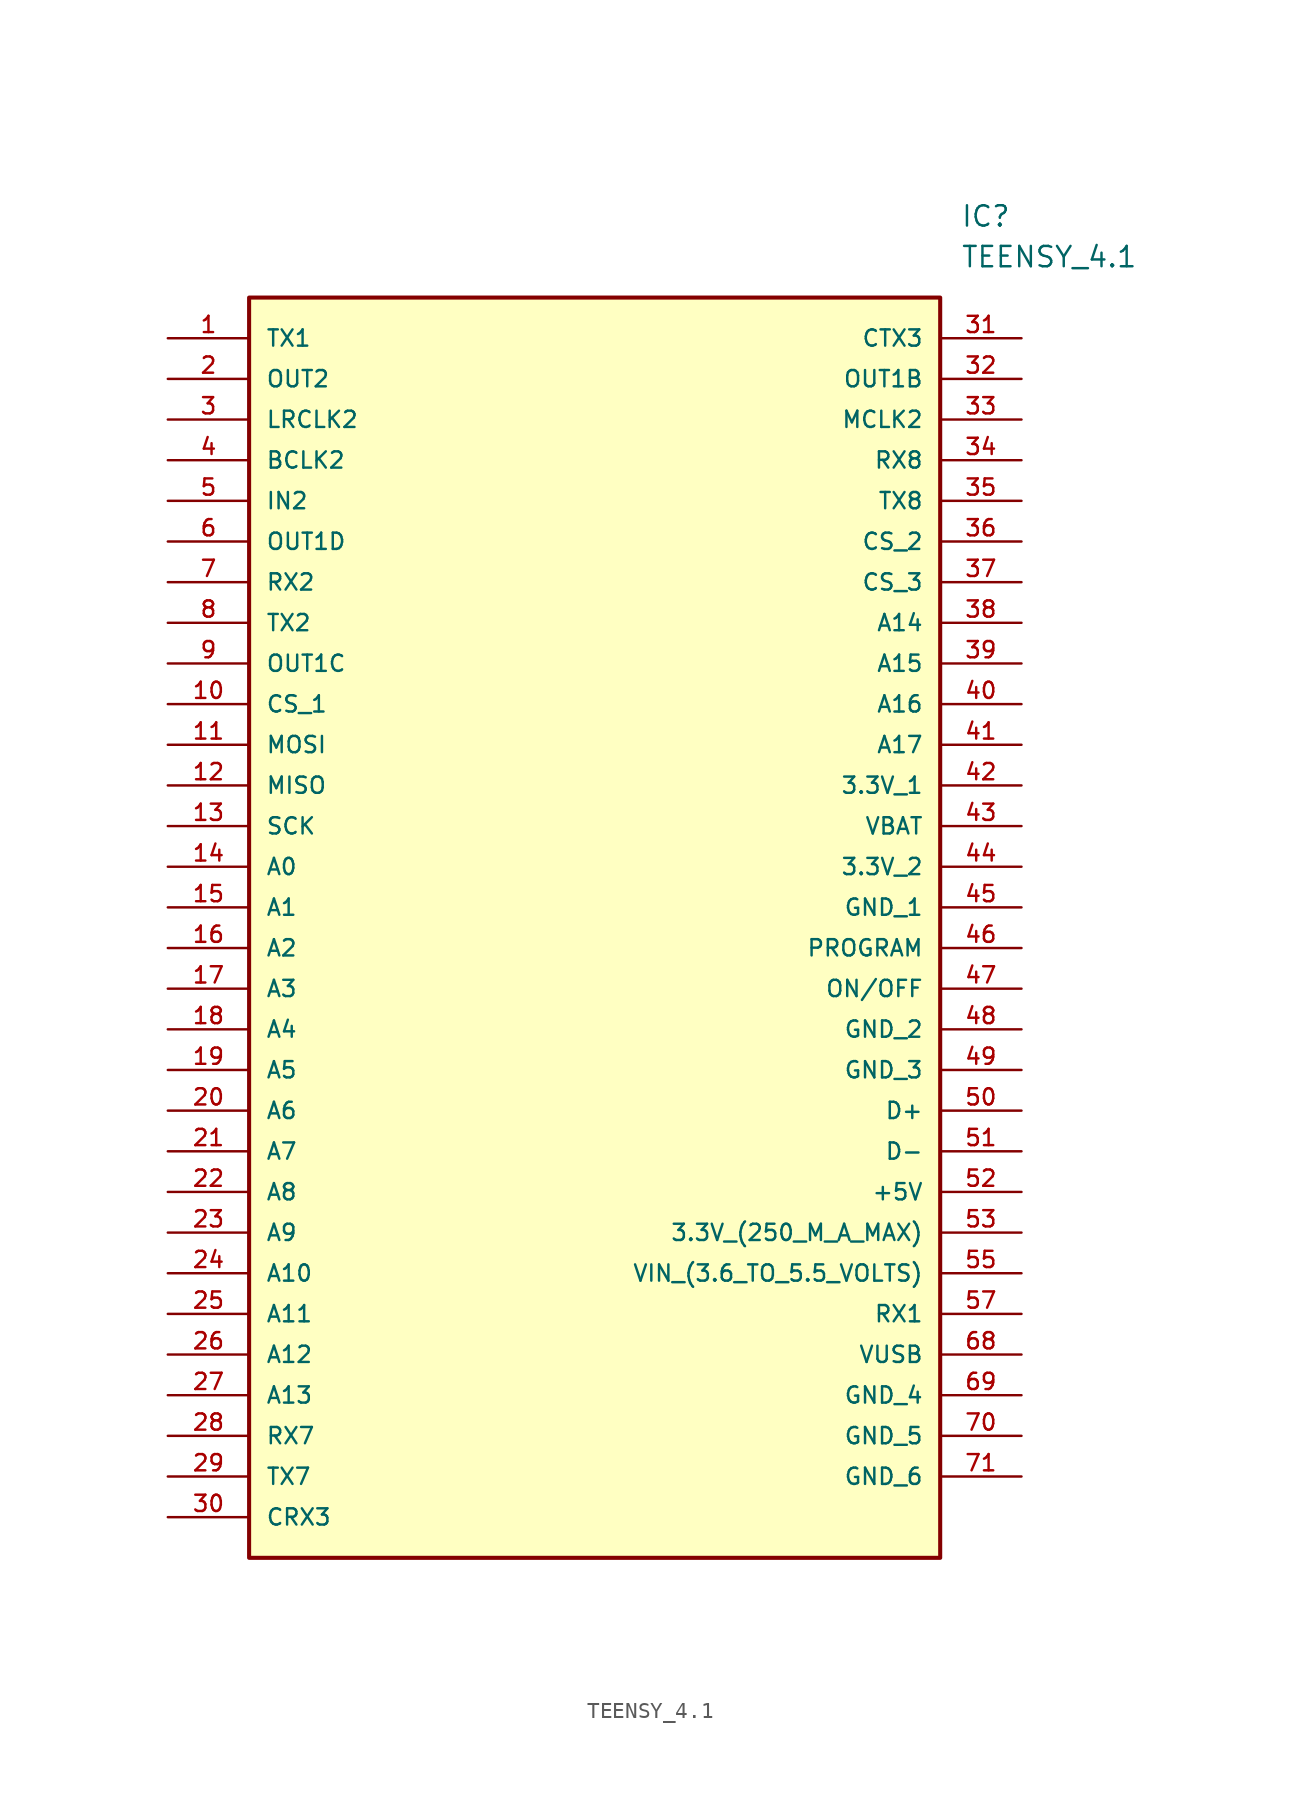
<source format=kicad_sym>
(kicad_symbol_lib
  (version 20211014)
  (generator kicad_symbol_editor)
  (symbol "TEENSY_4.1"
    (pin_names
      (offset 1.016))
    (property "Reference" "IC"
      (at 49.53 7.62 0)
      (effects (font (size 1.27 1.27)) (justify left)))
    (property "Value" "TEENSY_4.1"
      (at 49.53 5.08 0)
      (effects (font (size 1.27 1.27)) (justify left)))
    (symbol "TEENSY_4.1_0_0"
      (rectangle (start 5.08 -76.2) (end 48.26 2.54) (stroke (width 0.254)) (fill (type background)))
      (pin bidirectional line (at 0.0 0.0 0) (length 5.08) (name "TX1" (effects (font (size 1.016 1.016)))) (number "1" (effects (font (size 1.016 1.016)))))
      (pin bidirectional line (at 0.0 -2.54 0) (length 5.08) (name "OUT2" (effects (font (size 1.016 1.016)))) (number "2" (effects (font (size 1.016 1.016)))))
      (pin bidirectional line (at 0.0 -5.08 0) (length 5.08) (name "LRCLK2" (effects (font (size 1.016 1.016)))) (number "3" (effects (font (size 1.016 1.016)))))
      (pin bidirectional line (at 0.0 -7.62 0) (length 5.08) (name "BCLK2" (effects (font (size 1.016 1.016)))) (number "4" (effects (font (size 1.016 1.016)))))
      (pin bidirectional line (at 0.0 -10.16 0) (length 5.08) (name "IN2" (effects (font (size 1.016 1.016)))) (number "5" (effects (font (size 1.016 1.016)))))
      (pin bidirectional line (at 0.0 -12.7 0) (length 5.08) (name "OUT1D" (effects (font (size 1.016 1.016)))) (number "6" (effects (font (size 1.016 1.016)))))
      (pin bidirectional line (at 0.0 -15.24 0) (length 5.08) (name "RX2" (effects (font (size 1.016 1.016)))) (number "7" (effects (font (size 1.016 1.016)))))
      (pin bidirectional line (at 0.0 -17.78 0) (length 5.08) (name "TX2" (effects (font (size 1.016 1.016)))) (number "8" (effects (font (size 1.016 1.016)))))
      (pin bidirectional line (at 0.0 -20.32 0) (length 5.08) (name "OUT1C" (effects (font (size 1.016 1.016)))) (number "9" (effects (font (size 1.016 1.016)))))
      (pin bidirectional line (at 0.0 -22.86 0) (length 5.08) (name "CS_1" (effects (font (size 1.016 1.016)))) (number "10" (effects (font (size 1.016 1.016)))))
      (pin bidirectional line (at 0.0 -25.4 0) (length 5.08) (name "MOSI" (effects (font (size 1.016 1.016)))) (number "11" (effects (font (size 1.016 1.016)))))
      (pin bidirectional line (at 0.0 -27.94 0) (length 5.08) (name "MISO" (effects (font (size 1.016 1.016)))) (number "12" (effects (font (size 1.016 1.016)))))
      (pin bidirectional line (at 0.0 -30.48 0) (length 5.08) (name "SCK" (effects (font (size 1.016 1.016)))) (number "13" (effects (font (size 1.016 1.016)))))
      (pin bidirectional line (at 0.0 -33.02 0) (length 5.08) (name "A0" (effects (font (size 1.016 1.016)))) (number "14" (effects (font (size 1.016 1.016)))))
      (pin bidirectional line (at 0.0 -35.56 0) (length 5.08) (name "A1" (effects (font (size 1.016 1.016)))) (number "15" (effects (font (size 1.016 1.016)))))
      (pin bidirectional line (at 0.0 -38.1 0) (length 5.08) (name "A2" (effects (font (size 1.016 1.016)))) (number "16" (effects (font (size 1.016 1.016)))))
      (pin bidirectional line (at 0.0 -40.64 0) (length 5.08) (name "A3" (effects (font (size 1.016 1.016)))) (number "17" (effects (font (size 1.016 1.016)))))
      (pin bidirectional line (at 0.0 -43.18 0) (length 5.08) (name "A4" (effects (font (size 1.016 1.016)))) (number "18" (effects (font (size 1.016 1.016)))))
      (pin bidirectional line (at 0.0 -45.72 0) (length 5.08) (name "A5" (effects (font (size 1.016 1.016)))) (number "19" (effects (font (size 1.016 1.016)))))
      (pin bidirectional line (at 0.0 -48.26 0) (length 5.08) (name "A6" (effects (font (size 1.016 1.016)))) (number "20" (effects (font (size 1.016 1.016)))))
      (pin bidirectional line (at 0.0 -50.8 0) (length 5.08) (name "A7" (effects (font (size 1.016 1.016)))) (number "21" (effects (font (size 1.016 1.016)))))
      (pin bidirectional line (at 0.0 -53.34 0) (length 5.08) (name "A8" (effects (font (size 1.016 1.016)))) (number "22" (effects (font (size 1.016 1.016)))))
      (pin bidirectional line (at 0.0 -55.88 0) (length 5.08) (name "A9" (effects (font (size 1.016 1.016)))) (number "23" (effects (font (size 1.016 1.016)))))
      (pin bidirectional line (at 0.0 -58.42 0) (length 5.08) (name "A10" (effects (font (size 1.016 1.016)))) (number "24" (effects (font (size 1.016 1.016)))))
      (pin bidirectional line (at 0.0 -60.96 0) (length 5.08) (name "A11" (effects (font (size 1.016 1.016)))) (number "25" (effects (font (size 1.016 1.016)))))
      (pin bidirectional line (at 0.0 -63.5 0) (length 5.08) (name "A12" (effects (font (size 1.016 1.016)))) (number "26" (effects (font (size 1.016 1.016)))))
      (pin bidirectional line (at 0.0 -66.04 0) (length 5.08) (name "A13" (effects (font (size 1.016 1.016)))) (number "27" (effects (font (size 1.016 1.016)))))
      (pin bidirectional line (at 0.0 -68.58 0) (length 5.08) (name "RX7" (effects (font (size 1.016 1.016)))) (number "28" (effects (font (size 1.016 1.016)))))
      (pin bidirectional line (at 0.0 -71.12 0) (length 5.08) (name "TX7" (effects (font (size 1.016 1.016)))) (number "29" (effects (font (size 1.016 1.016)))))
      (pin bidirectional line (at 0.0 -73.66 0) (length 5.08) (name "CRX3" (effects (font (size 1.016 1.016)))) (number "30" (effects (font (size 1.016 1.016)))))
      (pin bidirectional line (at 53.34 0.0 180.0) (length 5.08) (name "CTX3" (effects (font (size 1.016 1.016)))) (number "31" (effects (font (size 1.016 1.016)))))
      (pin bidirectional line (at 53.34 -2.54 180.0) (length 5.08) (name "OUT1B" (effects (font (size 1.016 1.016)))) (number "32" (effects (font (size 1.016 1.016)))))
      (pin bidirectional line (at 53.34 -5.08 180.0) (length 5.08) (name "MCLK2" (effects (font (size 1.016 1.016)))) (number "33" (effects (font (size 1.016 1.016)))))
      (pin bidirectional line (at 53.34 -7.62 180.0) (length 5.08) (name "RX8" (effects (font (size 1.016 1.016)))) (number "34" (effects (font (size 1.016 1.016)))))
      (pin bidirectional line (at 53.34 -10.16 180.0) (length 5.08) (name "TX8" (effects (font (size 1.016 1.016)))) (number "35" (effects (font (size 1.016 1.016)))))
      (pin bidirectional line (at 53.34 -12.7 180.0) (length 5.08) (name "CS_2" (effects (font (size 1.016 1.016)))) (number "36" (effects (font (size 1.016 1.016)))))
      (pin bidirectional line (at 53.34 -15.24 180.0) (length 5.08) (name "CS_3" (effects (font (size 1.016 1.016)))) (number "37" (effects (font (size 1.016 1.016)))))
      (pin bidirectional line (at 53.34 -17.78 180.0) (length 5.08) (name "A14" (effects (font (size 1.016 1.016)))) (number "38" (effects (font (size 1.016 1.016)))))
      (pin bidirectional line (at 53.34 -20.32 180.0) (length 5.08) (name "A15" (effects (font (size 1.016 1.016)))) (number "39" (effects (font (size 1.016 1.016)))))
      (pin bidirectional line (at 53.34 -22.86 180.0) (length 5.08) (name "A16" (effects (font (size 1.016 1.016)))) (number "40" (effects (font (size 1.016 1.016)))))
      (pin bidirectional line (at 53.34 -25.4 180.0) (length 5.08) (name "A17" (effects (font (size 1.016 1.016)))) (number "41" (effects (font (size 1.016 1.016)))))
      (pin bidirectional line (at 53.34 -27.94 180.0) (length 5.08) (name "3.3V_1" (effects (font (size 1.016 1.016)))) (number "42" (effects (font (size 1.016 1.016)))))
      (pin bidirectional line (at 53.34 -30.48 180.0) (length 5.08) (name "VBAT" (effects (font (size 1.016 1.016)))) (number "43" (effects (font (size 1.016 1.016)))))
      (pin bidirectional line (at 53.34 -33.02 180.0) (length 5.08) (name "3.3V_2" (effects (font (size 1.016 1.016)))) (number "44" (effects (font (size 1.016 1.016)))))
      (pin bidirectional line (at 53.34 -35.56 180.0) (length 5.08) (name "GND_1" (effects (font (size 1.016 1.016)))) (number "45" (effects (font (size 1.016 1.016)))))
      (pin bidirectional line (at 53.34 -38.1 180.0) (length 5.08) (name "PROGRAM" (effects (font (size 1.016 1.016)))) (number "46" (effects (font (size 1.016 1.016)))))
      (pin bidirectional line (at 53.34 -40.64 180.0) (length 5.08) (name "ON/OFF" (effects (font (size 1.016 1.016)))) (number "47" (effects (font (size 1.016 1.016)))))
      (pin bidirectional line (at 53.34 -43.18 180.0) (length 5.08) (name "GND_2" (effects (font (size 1.016 1.016)))) (number "48" (effects (font (size 1.016 1.016)))))
      (pin bidirectional line (at 53.34 -45.72 180.0) (length 5.08) (name "GND_3" (effects (font (size 1.016 1.016)))) (number "49" (effects (font (size 1.016 1.016)))))
      (pin bidirectional line (at 53.34 -48.26 180.0) (length 5.08) (name "D+" (effects (font (size 1.016 1.016)))) (number "50" (effects (font (size 1.016 1.016)))))
      (pin bidirectional line (at 53.34 -50.8 180.0) (length 5.08) (name "D-" (effects (font (size 1.016 1.016)))) (number "51" (effects (font (size 1.016 1.016)))))
      (pin bidirectional line (at 53.34 -53.34 180.0) (length 5.08) (name "+5V" (effects (font (size 1.016 1.016)))) (number "52" (effects (font (size 1.016 1.016)))))
      (pin bidirectional line (at 53.34 -55.88 180.0) (length 5.08) (name "3.3V_(250_M_A_MAX)" (effects (font (size 1.016 1.016)))) (number "53" (effects (font (size 1.016 1.016)))))
      (pin bidirectional line (at 53.34 -58.42 180.0) (length 5.08) (name "VIN_(3.6_TO_5.5_VOLTS)" (effects (font (size 1.016 1.016)))) (number "55" (effects (font (size 1.016 1.016)))))
      (pin bidirectional line (at 53.34 -60.96 180.0) (length 5.08) (name "RX1" (effects (font (size 1.016 1.016)))) (number "57" (effects (font (size 1.016 1.016)))))
      (pin bidirectional line (at 53.34 -63.5 180.0) (length 5.08) (name "VUSB" (effects (font (size 1.016 1.016)))) (number "68" (effects (font (size 1.016 1.016)))))
      (pin bidirectional line (at 53.34 -66.04 180.0) (length 5.08) (name "GND_4" (effects (font (size 1.016 1.016)))) (number "69" (effects (font (size 1.016 1.016)))))
      (pin bidirectional line (at 53.34 -68.58 180.0) (length 5.08) (name "GND_5" (effects (font (size 1.016 1.016)))) (number "70" (effects (font (size 1.016 1.016)))))
      (pin bidirectional line (at 53.34 -71.12 180.0) (length 5.08) (name "GND_6" (effects (font (size 1.016 1.016)))) (number "71" (effects (font (size 1.016 1.016))))))))
</source>
